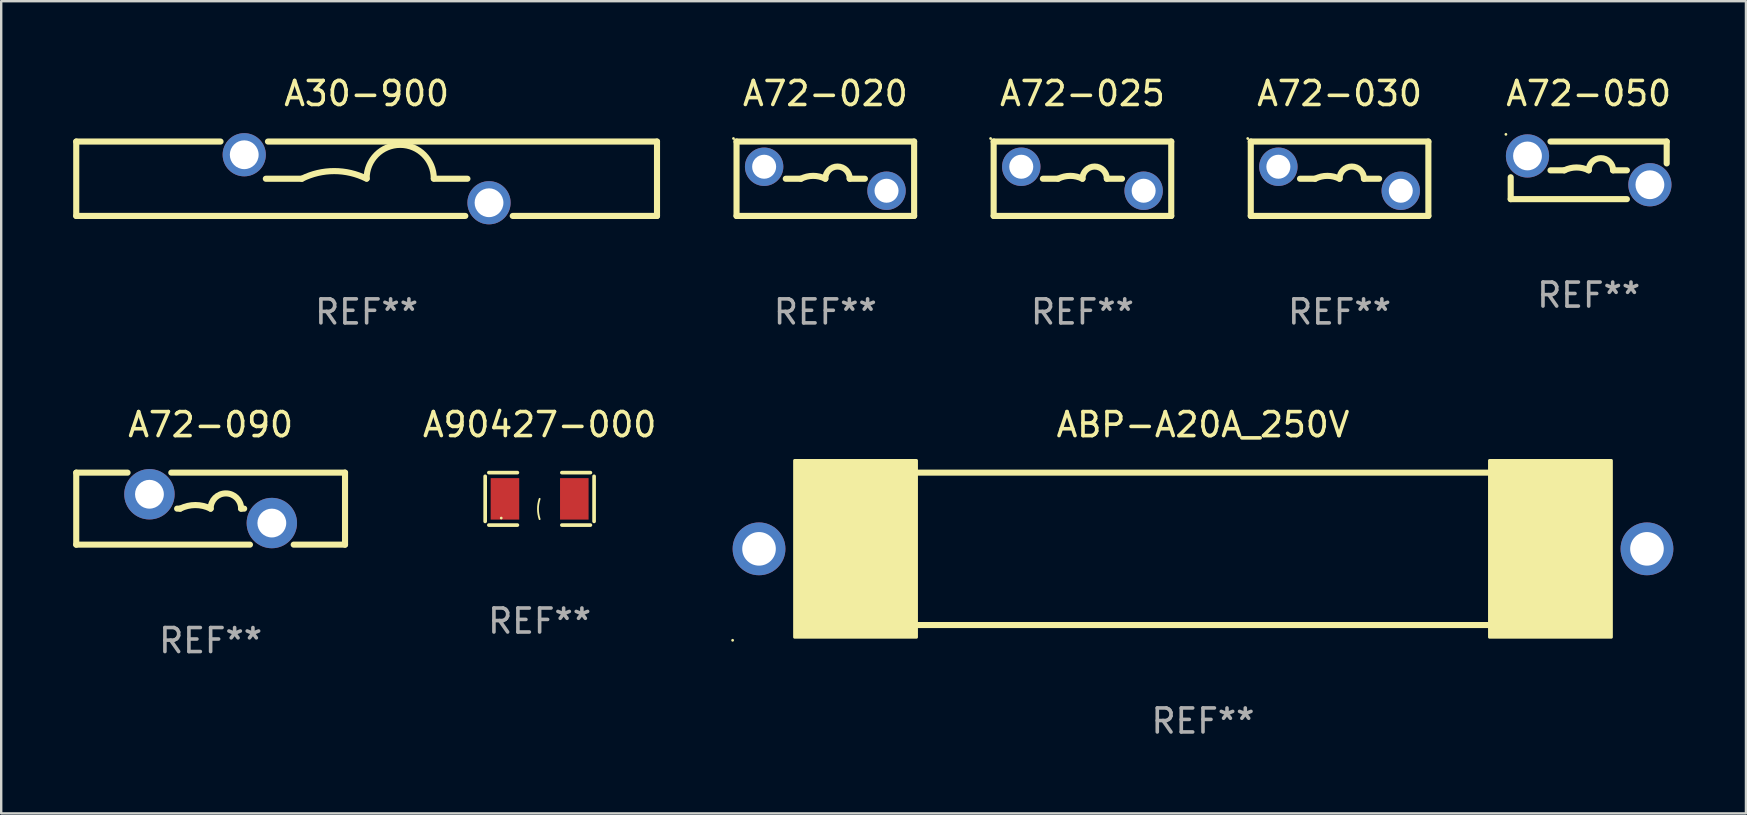
<source format=kicad_pcb>
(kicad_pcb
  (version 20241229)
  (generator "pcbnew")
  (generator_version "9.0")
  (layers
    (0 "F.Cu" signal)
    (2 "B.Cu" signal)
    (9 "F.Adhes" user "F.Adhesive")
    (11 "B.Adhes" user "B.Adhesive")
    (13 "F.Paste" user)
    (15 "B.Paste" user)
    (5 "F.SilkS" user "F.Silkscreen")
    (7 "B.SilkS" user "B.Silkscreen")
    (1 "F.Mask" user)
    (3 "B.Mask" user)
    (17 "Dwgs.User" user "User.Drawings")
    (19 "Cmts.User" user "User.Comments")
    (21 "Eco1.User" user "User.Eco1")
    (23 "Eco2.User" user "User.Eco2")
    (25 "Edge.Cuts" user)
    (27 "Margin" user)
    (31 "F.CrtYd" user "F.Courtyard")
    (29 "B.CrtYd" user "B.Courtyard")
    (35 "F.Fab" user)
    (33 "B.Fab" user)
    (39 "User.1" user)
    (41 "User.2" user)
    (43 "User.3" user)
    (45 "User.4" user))
  (footprint "A72-050"
    (layer "F.Cu")
    (at 63.15 4.048)
    (property "Reference" "A72-050" (at 0 -3.2 0) (layer "F.SilkS") (effects (font (size 1 1) (thickness 0.15))))
    (attr through_hole)
    (fp_line (start -3.25 1.2) (end -3.25 0.288) (stroke (width 0.254) (type solid)) (layer "F.SilkS"))
    (fp_line (start -3.25 1.2) (end 1.592 1.2) (stroke (width 0.254) (type solid)) (layer "F.SilkS"))
    (fp_line (start -1.592 0) (end -1.016 0) (stroke (width 0.254) (type solid)) (layer "F.SilkS"))
    (fp_line (start 1.592 0) (end 1.016 0) (stroke (width 0.254) (type solid)) (layer "F.SilkS"))
    (fp_line (start 3.25 -1.2) (end -1.592 -1.2) (stroke (width 0.254) (type solid)) (layer "F.SilkS"))
    (fp_line (start 3.25 -0.288) (end 3.25 -1.2) (stroke (width 0.254) (type solid)) (layer "F.SilkS"))
    (fp_arc (start -1.016002 0) (mid -0.508001 -0.119923) (end 0 0) (stroke (width 0.254001) (type solid)) (layer "F.SilkS"))
    (fp_arc (start 0 0) (mid 0.508001 -0.508001) (end 1.016002 0) (stroke (width 0.254001) (type solid)) (layer "F.SilkS"))
    (fp_circle (center -3.45 -1.5) (end -3.42 -1.5) (stroke (width 0.06) (type solid)) (fill no) (layer "F.SilkS"))
    (fp_text user "REF**" (at 0 5.2 0) (layer "F.Fab") (effects (font (size 1 1) (thickness 0.15))))
    (pad "1" thru_hole circle (at -2.55 -0.6) (size 1.8 1.8) (drill 1.2) (layers "*.Cu" "*.Mask"))
    (pad "2" thru_hole circle (at 2.55 0.6) (size 1.8 1.8) (drill 1.2) (layers "*.Cu" "*.Mask")))
  (footprint "A90427-000"
    (layer "F.Cu")
    (at 19.436 17.737)
    (property "Reference" "A90427-000" (at 0 -3.093 0) (layer "F.SilkS") (effects (font (size 1 1) (thickness 0.15))))
    (attr through_hole)
    (fp_line (start -2.269 -0.94) (end -2.269 0.94) (stroke (width 0.152) (type solid)) (layer "F.SilkS"))
    (fp_line (start -2.116 1.093) (end -0.926 1.093) (stroke (width 0.152) (type solid)) (layer "F.SilkS"))
    (fp_line (start -0.926 -1.093) (end -2.116 -1.093) (stroke (width 0.152) (type solid)) (layer "F.SilkS"))
    (fp_line (start 0.926 -1.093) (end 2.116 -1.093) (stroke (width 0.152) (type solid)) (layer "F.SilkS"))
    (fp_line (start 2.116 1.093) (end 0.926 1.093) (stroke (width 0.152) (type solid)) (layer "F.SilkS"))
    (fp_line (start 2.269 -0.94) (end 2.269 0.94) (stroke (width 0.152) (type solid)) (layer "F.SilkS"))
    (fp_arc (start 0 0.844951) (mid -0.068559 0.422475) (end 0 0) (stroke (width 0.0762) (type solid)) (layer "F.SilkS"))
    (fp_circle (center -1.6 0.8) (end -1.57 0.8) (stroke (width 0.06) (type solid)) (fill no) (layer "F.SilkS"))
    (fp_text user "REF**" (at 0 5.093 0) (layer "F.Fab") (effects (font (size 1 1) (thickness 0.15))))
    (pad "1" smd rect (at -1.445 0) (size 1.19 1.728) (layers "F.Cu" "F.Mask" "F.Paste"))
    (pad "2" smd rect (at 1.445 0) (size 1.19 1.728) (layers "F.Cu" "F.Mask" "F.Paste")))
  (footprint "A72-020"
    (layer "F.Cu")
    (at 31.341 4.398)
    (property "Reference" "A72-020" (at 0 -3.55 0) (layer "F.SilkS") (effects (font (size 1 1) (thickness 0.15))))
    (attr through_hole)
    (fp_line (start -3.7 -1.55) (end 3.7 -1.55) (stroke (width 0.254) (type solid)) (layer "F.SilkS"))
    (fp_line (start -3.7 1.55) (end -3.7 -1.55) (stroke (width 0.254) (type solid)) (layer "F.SilkS"))
    (fp_line (start -1.649 0) (end -1.016 0) (stroke (width 0.254) (type solid)) (layer "F.SilkS"))
    (fp_line (start 1.649 0) (end 1.016 0) (stroke (width 0.254) (type solid)) (layer "F.SilkS"))
    (fp_line (start 3.7 -1.55) (end 3.7 1.55) (stroke (width 0.254) (type solid)) (layer "F.SilkS"))
    (fp_line (start 3.7 1.55) (end -3.7 1.55) (stroke (width 0.254) (type solid)) (layer "F.SilkS"))
    (fp_arc (start -1.016002 0) (mid -0.508001 -0.119923) (end 0 0) (stroke (width 0.254001) (type solid)) (layer "F.SilkS"))
    (fp_arc (start 0 0) (mid 0.508001 -0.508001) (end 1.016002 0) (stroke (width 0.254001) (type solid)) (layer "F.SilkS"))
    (fp_circle (center -3.827 -1.677) (end -3.797 -1.677) (stroke (width 0.06) (type solid)) (fill no) (layer "F.SilkS"))
    (fp_text user "REF**" (at 0 5.55 0) (layer "F.Fab") (effects (font (size 1 1) (thickness 0.15))))
    (pad "1" thru_hole circle (at -2.55 -0.5) (size 1.6 1.6) (drill 1) (layers "*.Cu" "*.Mask"))
    (pad "2" thru_hole circle (at 2.55 0.5) (size 1.6 1.6) (drill 1) (layers "*.Cu" "*.Mask")))
  (footprint "A72-030"
    (layer "F.Cu")
    (at 52.769 4.398)
    (property "Reference" "A72-030" (at 0 -3.55 0) (layer "F.SilkS") (effects (font (size 1 1) (thickness 0.15))))
    (attr through_hole)
    (fp_line (start -3.7 -1.55) (end 3.7 -1.55) (stroke (width 0.254) (type solid)) (layer "F.SilkS"))
    (fp_line (start -3.7 1.55) (end -3.7 -1.55) (stroke (width 0.254) (type solid)) (layer "F.SilkS"))
    (fp_line (start -1.649 0) (end -1.016 0) (stroke (width 0.254) (type solid)) (layer "F.SilkS"))
    (fp_line (start 1.649 0) (end 1.016 0) (stroke (width 0.254) (type solid)) (layer "F.SilkS"))
    (fp_line (start 3.7 -1.55) (end 3.7 1.55) (stroke (width 0.254) (type solid)) (layer "F.SilkS"))
    (fp_line (start 3.7 1.55) (end -3.7 1.55) (stroke (width 0.254) (type solid)) (layer "F.SilkS"))
    (fp_arc (start -1.016002 0) (mid -0.508001 -0.119923) (end 0 0) (stroke (width 0.254001) (type solid)) (layer "F.SilkS"))
    (fp_arc (start 0 0) (mid 0.508001 -0.508001) (end 1.016002 0) (stroke (width 0.254001) (type solid)) (layer "F.SilkS"))
    (fp_circle (center -3.827 -1.677) (end -3.797 -1.677) (stroke (width 0.06) (type solid)) (fill no) (layer "F.SilkS"))
    (fp_text user "REF**" (at 0 5.55 0) (layer "F.Fab") (effects (font (size 1 1) (thickness 0.15))))
    (pad "1" thru_hole circle (at -2.55 -0.5) (size 1.6 1.6) (drill 1) (layers "*.Cu" "*.Mask"))
    (pad "2" thru_hole circle (at 2.55 0.5) (size 1.6 1.6) (drill 1) (layers "*.Cu" "*.Mask")))
  (footprint "A30-900"
    (layer "F.Cu")
    (at 12.227 4.398)
    (property "Reference" "A30-900" (at 0 -3.55 0) (layer "F.SilkS") (effects (font (size 1 1) (thickness 0.15))))
    (attr through_hole)
    (fp_line (start -12.1 -1.55) (end -6.088 -1.55) (stroke (width 0.254) (type solid)) (layer "F.SilkS"))
    (fp_line (start -12.1 1.55) (end -12.1 -1.55) (stroke (width 0.254) (type solid)) (layer "F.SilkS"))
    (fp_line (start -4.112 -1.55) (end 12.1 -1.55) (stroke (width 0.254) (type solid)) (layer "F.SilkS"))
    (fp_line (start -2.7 -0.000013) (end -4.2 -0.000013) (stroke (width 0.254) (type solid)) (layer "F.SilkS"))
    (fp_line (start 2.8 -0.000013) (end 4.2 -0.000013) (stroke (width 0.254) (type solid)) (layer "F.SilkS"))
    (fp_line (start 4.112 1.55) (end -12.1 1.55) (stroke (width 0.254) (type solid)) (layer "F.SilkS"))
    (fp_line (start 12.1 -1.55) (end 12.1 1.55) (stroke (width 0.254) (type solid)) (layer "F.SilkS"))
    (fp_line (start 12.1 1.55) (end 6.088 1.55) (stroke (width 0.254) (type solid)) (layer "F.SilkS"))
    (fp_arc (start -2.700025 -0.000013) (mid -1.350012 -0.318707) (end 0.000001 -0.000012) (stroke (width 0.254001) (type solid)) (layer "F.SilkS"))
    (fp_arc (start 0 -0.012713) (mid 1.399543 -1.411748) (end 2.799086 -0.012713) (stroke (width 0.254001) (type solid)) (layer "F.SilkS"))
    (fp_circle (center -12.1 -1.55) (end -12.07 -1.55) (stroke (width 0.06) (type solid)) (fill no) (layer "F.SilkS"))
    (fp_text user "REF**" (at 0 5.55 0) (layer "F.Fab") (effects (font (size 1 1) (thickness 0.15))))
    (pad "1" thru_hole circle (at -5.1 -1) (size 1.8 1.8) (drill 1.2) (layers "*.Cu" "*.Mask"))
    (pad "2" thru_hole circle (at 5.1 1) (size 1.8 1.8) (drill 1.2) (layers "*.Cu" "*.Mask")))
  (footprint "A72-090"
    (layer "F.Cu")
    (at 5.727 18.145)
    (property "Reference" "A72-090" (at 0 -3.5 0) (layer "F.SilkS") (effects (font (size 1 1) (thickness 0.15))))
    (attr through_hole)
    (fp_line (start -5.6 -1.5) (end -5.6 1.5) (stroke (width 0.254) (type solid)) (layer "F.SilkS"))
    (fp_line (start -5.6 1.5) (end 1.639 1.5) (stroke (width 0.254) (type solid)) (layer "F.SilkS"))
    (fp_line (start -3.461 -1.5) (end -5.6 -1.5) (stroke (width 0.254) (type solid)) (layer "F.SilkS"))
    (fp_line (start -1.397 0) (end -1.27 0) (stroke (width 0.254) (type solid)) (layer "F.SilkS"))
    (fp_line (start 1.397 0) (end 1.27 0) (stroke (width 0.254) (type solid)) (layer "F.SilkS"))
    (fp_line (start 3.461 1.5) (end 5.6 1.5) (stroke (width 0.254) (type solid)) (layer "F.SilkS"))
    (fp_line (start 5.6 -1.5) (end -1.639 -1.5) (stroke (width 0.254) (type solid)) (layer "F.SilkS"))
    (fp_line (start 5.6 -1.5) (end 5.6 1.5) (stroke (width 0.254) (type solid)) (layer "F.SilkS"))
    (fp_arc (start -1.270003 0) (mid -0.635001 -0.149904) (end 0 0) (stroke (width 0.254001) (type solid)) (layer "F.SilkS"))
    (fp_arc (start -0.000001 0) (mid 0.635001 -0.635002) (end 1.270003 0) (stroke (width 0.254001) (type solid)) (layer "F.SilkS"))
    (fp_circle (center -5.6 -1.5) (end -5.57 -1.5) (stroke (width 0.06) (type solid)) (fill no) (layer "F.SilkS"))
    (fp_text user "REF**" (at 0 5.5 0) (layer "F.Fab") (effects (font (size 1 1) (thickness 0.15))))
    (pad "1" thru_hole circle (at -2.55 -0.6) (size 2.1 2.1) (drill 1.2) (layers "*.Cu" "*.Mask"))
    (pad "2" thru_hole circle (at 2.55 0.6) (size 2.1 2.1) (drill 1.2) (layers "*.Cu" "*.Mask")))
  (footprint "A72-025"
    (layer "F.Cu")
    (at 42.055 4.398)
    (property "Reference" "A72-025" (at 0 -3.55 0) (layer "F.SilkS") (effects (font (size 1 1) (thickness 0.15))))
    (attr through_hole)
    (fp_line (start -3.7 -1.55) (end 3.7 -1.55) (stroke (width 0.254) (type solid)) (layer "F.SilkS"))
    (fp_line (start -3.7 1.55) (end -3.7 -1.55) (stroke (width 0.254) (type solid)) (layer "F.SilkS"))
    (fp_line (start -1.649 0) (end -1.016 0) (stroke (width 0.254) (type solid)) (layer "F.SilkS"))
    (fp_line (start 1.649 0) (end 1.016 0) (stroke (width 0.254) (type solid)) (layer "F.SilkS"))
    (fp_line (start 3.7 -1.55) (end 3.7 1.55) (stroke (width 0.254) (type solid)) (layer "F.SilkS"))
    (fp_line (start 3.7 1.55) (end -3.7 1.55) (stroke (width 0.254) (type solid)) (layer "F.SilkS"))
    (fp_arc (start -1.016002 0) (mid -0.508001 -0.119923) (end 0 0) (stroke (width 0.254001) (type solid)) (layer "F.SilkS"))
    (fp_arc (start 0 0) (mid 0.508001 -0.508001) (end 1.016002 0) (stroke (width 0.254001) (type solid)) (layer "F.SilkS"))
    (fp_circle (center -3.827 -1.677) (end -3.797 -1.677) (stroke (width 0.06) (type solid)) (fill no) (layer "F.SilkS"))
    (fp_text user "REF**" (at 0 5.55 0) (layer "F.Fab") (effects (font (size 1 1) (thickness 0.15))))
    (pad "1" thru_hole circle (at -2.55 -0.5) (size 1.6 1.6) (drill 1) (layers "*.Cu" "*.Mask"))
    (pad "2" thru_hole circle (at 2.55 0.5) (size 1.6 1.6) (drill 1) (layers "*.Cu" "*.Mask")))
  (footprint "ABP-A20A_250V"
    (layer "F.Cu")
    (at 47.078 19.82)
    (property "Reference" "ABP-A20A_250V" (at 0 -5.175 0) (layer "F.SilkS") (effects (font (size 1 1) (thickness 0.15))))
    (attr through_hole)
    (fp_line (start -11.938 -3.175) (end 11.938 -3.175) (stroke (width 0.254) (type solid)) (layer "F.SilkS"))
    (fp_line (start -11.938 3.175) (end 11.938 3.175) (stroke (width 0.254) (type solid)) (layer "F.SilkS"))
    (fp_circle (center -19.6 3.81) (end -19.57 3.81) (stroke (width 0.06) (type solid)) (fill no) (layer "F.SilkS"))
    (fp_poly (pts (xy -17.018 -3.683) (xy -11.938 -3.683) (xy -11.938 3.683) (xy -17.018 3.683)) (stroke (width 0.12) (type solid)) (fill yes) (layer "F.SilkS"))
    (fp_poly (pts (xy 11.938 -3.683) (xy 17.018 -3.683) (xy 17.018 3.683) (xy 11.938 3.683)) (stroke (width 0.12) (type solid)) (fill yes) (layer "F.SilkS"))
    (fp_text user "REF**" (at 0 7.175 0) (layer "F.Fab") (effects (font (size 1 1) (thickness 0.15))))
    (pad "1" thru_hole circle (at -18.5 0) (size 2.2 2.2) (drill 1.4) (layers "*.Cu" "*.Mask"))
    (pad "2" thru_hole circle (at 18.5 0) (size 2.2 2.2) (drill 1.4) (layers "*.Cu" "*.Mask")))
  (gr_rect
    (start -3 -3)
    (end 69.703 30.843)
    (stroke (width 0.1) (type default))
    (fill no)
    (layer "Edge.Cuts")))
</source>
